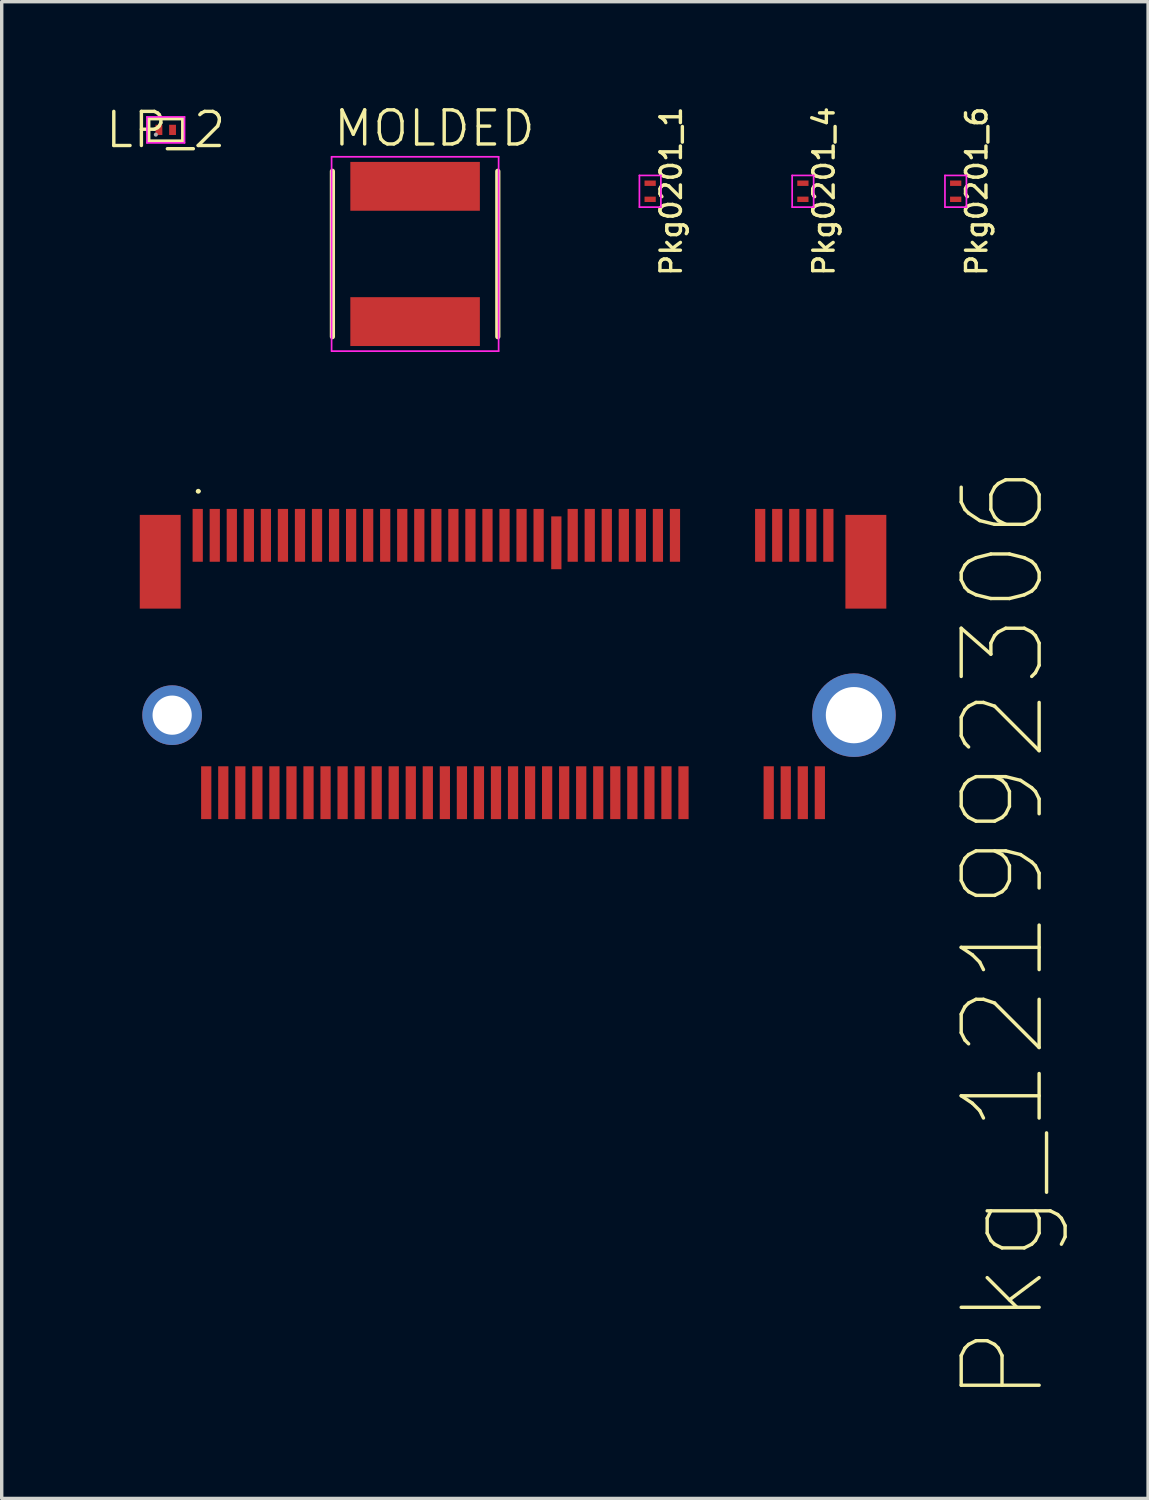
<source format=kicad_pcb>
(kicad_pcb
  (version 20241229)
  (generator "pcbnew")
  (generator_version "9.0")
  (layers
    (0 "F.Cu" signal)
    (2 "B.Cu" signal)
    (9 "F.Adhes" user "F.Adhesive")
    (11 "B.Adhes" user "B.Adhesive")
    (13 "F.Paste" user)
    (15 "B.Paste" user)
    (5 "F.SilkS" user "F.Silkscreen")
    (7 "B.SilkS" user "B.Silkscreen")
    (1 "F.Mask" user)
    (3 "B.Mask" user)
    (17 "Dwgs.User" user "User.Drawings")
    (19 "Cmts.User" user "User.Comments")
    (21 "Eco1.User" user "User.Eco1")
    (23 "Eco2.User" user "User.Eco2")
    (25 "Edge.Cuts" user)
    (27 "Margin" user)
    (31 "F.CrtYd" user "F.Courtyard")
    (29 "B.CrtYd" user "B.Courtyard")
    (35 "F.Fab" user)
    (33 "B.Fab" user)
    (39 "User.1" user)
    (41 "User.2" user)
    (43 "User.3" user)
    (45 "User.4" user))
  (footprint "LP_2"
    (layer "F.Cu")
    (at 1.812 0.76)
    (property "Reference" "LP_2" (at 0 0 0) (layer "F.SilkS") (effects (font (size 1 1) (thickness 0.1))))
    (fp_line (start -0.5 -0.33) (end -0.5 0.33) (stroke (width 0.102) (type solid)) (layer "F.SilkS"))
    (fp_line (start -0.5 -0.33) (end 0.5 -0.33) (stroke (width 0.102) (type solid)) (layer "F.SilkS"))
    (fp_line (start -0.5 0.33) (end 0.5 0.33) (stroke (width 0.102) (type solid)) (layer "F.SilkS"))
    (fp_line (start 0.5 -0.33) (end 0.5 0.33) (stroke (width 0.102) (type solid)) (layer "F.SilkS"))
    (fp_line (start -0.551 -0.381) (end -0.551 0.381) (stroke (width 0.05) (type solid)) (layer "F.CrtYd"))
    (fp_line (start -0.551 0.381) (end 0.551 0.381) (stroke (width 0.05) (type solid)) (layer "F.CrtYd"))
    (fp_line (start 0.551 -0.381) (end -0.551 -0.381) (stroke (width 0.05) (type solid)) (layer "F.CrtYd"))
    (fp_line (start 0.551 0.381) (end 0.551 -0.381) (stroke (width 0.05) (type solid)) (layer "F.CrtYd"))
    (fp_arc (start -0.26 0.14) (mid -0.32 0.14) (end -0.26 0.14) (stroke (width 0.06) (type solid)) (layer "F.Fab"))
    (pad "1" smd rect (at -0.2 0 270) (size 0.3 0.2) (layers "F.Cu" "F.Mask" "F.Paste"))
    (pad "2" smd rect (at 0.2 0 270) (size 0.3 0.2) (layers "F.Cu" "F.Mask" "F.Paste")))
  (footprint "Pkg_121992306"
    (layer "F.Cu")
    (at 12 16.429)
    (property "Reference" "Pkg_121992306" (at 13.043 -5.906 90) (layer "F.SilkS") (effects (font (size 2.286 2.286) (thickness 0.1)) (justify right top)))
    (fp_arc (start -9.27 -5.068) (mid -9.234 -5.104) (end -9.198 -5.068) (stroke (width 0.072) (type solid)) (layer "F.SilkS"))
    (fp_arc (start -9.198 -5.068) (mid -9.234 -5.032) (end -9.27 -5.068) (stroke (width 0.072) (type solid)) (layer "F.SilkS"))
    (fp_line (start -10.95 -3.875) (end 10.95 -3.875) (stroke (width 0.254) (type solid)) (layer "User.3"))
    (fp_line (start -10.95 3.875) (end -10.95 -3.875) (stroke (width 0.254) (type solid)) (layer "User.3"))
    (fp_line (start -10.95 3.875) (end 10.95 3.875) (stroke (width 0.254) (type solid)) (layer "User.3"))
    (fp_line (start 10.95 3.875) (end 10.95 -3.875) (stroke (width 0.254) (type solid)) (layer "User.3"))
    (fp_line (start -11.95 -6.104) (end 12.225 -6.104) (stroke (width 0.1) (type solid)) (layer "User.4"))
    (fp_line (start -11.95 5.55) (end -11.95 -6.104) (stroke (width 0.1) (type solid)) (layer "User.4"))
    (fp_line (start -11.95 5.55) (end 12.225 5.55) (stroke (width 0.1) (type solid)) (layer "User.4"))
    (fp_line (start 12.225 5.55) (end 12.225 -6.104) (stroke (width 0.1) (type solid)) (layer "User.4"))
    (pad "1" smd rect (at -9.25 -3.775 90) (size 1.55 0.3) (layers "F.Cu" "F.Mask" "F.Paste"))
    (pad "2" smd rect (at -9 3.775 90) (size 1.55 0.3) (layers "F.Cu" "F.Mask" "F.Paste"))
    (pad "3" smd rect (at -8.75 -3.775 90) (size 1.55 0.3) (layers "F.Cu" "F.Mask" "F.Paste"))
    (pad "4" smd rect (at -8.5 3.775 90) (size 1.55 0.3) (layers "F.Cu" "F.Mask" "F.Paste"))
    (pad "5" smd rect (at -8.25 -3.775 90) (size 1.55 0.3) (layers "F.Cu" "F.Mask" "F.Paste"))
    (pad "6" smd rect (at -8 3.775 90) (size 1.55 0.3) (layers "F.Cu" "F.Mask" "F.Paste"))
    (pad "7" smd rect (at -7.75 -3.775 90) (size 1.55 0.3) (layers "F.Cu" "F.Mask" "F.Paste"))
    (pad "8" smd rect (at -7.5 3.775 90) (size 1.55 0.3) (layers "F.Cu" "F.Mask" "F.Paste"))
    (pad "9" smd rect (at -7.25 -3.775 90) (size 1.55 0.3) (layers "F.Cu" "F.Mask" "F.Paste"))
    (pad "10" smd rect (at -7 3.775 90) (size 1.55 0.3) (layers "F.Cu" "F.Mask" "F.Paste"))
    (pad "11" smd rect (at -6.75 -3.775 90) (size 1.55 0.3) (layers "F.Cu" "F.Mask" "F.Paste"))
    (pad "12" smd rect (at -6.5 3.775 90) (size 1.55 0.3) (layers "F.Cu" "F.Mask" "F.Paste"))
    (pad "13" smd rect (at -6.25 -3.775 90) (size 1.55 0.3) (layers "F.Cu" "F.Mask" "F.Paste"))
    (pad "14" smd rect (at -6 3.775 90) (size 1.55 0.3) (layers "F.Cu" "F.Mask" "F.Paste"))
    (pad "15" smd rect (at -5.75 -3.775 90) (size 1.55 0.3) (layers "F.Cu" "F.Mask" "F.Paste"))
    (pad "16" smd rect (at -5.5 3.775 90) (size 1.55 0.3) (layers "F.Cu" "F.Mask" "F.Paste"))
    (pad "17" smd rect (at -5.25 -3.775 90) (size 1.55 0.3) (layers "F.Cu" "F.Mask" "F.Paste"))
    (pad "18" smd rect (at -5 3.775 90) (size 1.55 0.3) (layers "F.Cu" "F.Mask" "F.Paste"))
    (pad "19" smd rect (at -4.75 -3.775 90) (size 1.55 0.3) (layers "F.Cu" "F.Mask" "F.Paste"))
    (pad "20" smd rect (at -4.5 3.775 90) (size 1.55 0.3) (layers "F.Cu" "F.Mask" "F.Paste"))
    (pad "21" smd rect (at -4.25 -3.775 90) (size 1.55 0.3) (layers "F.Cu" "F.Mask" "F.Paste"))
    (pad "22" smd rect (at -4 3.775 90) (size 1.55 0.3) (layers "F.Cu" "F.Mask" "F.Paste"))
    (pad "23" smd rect (at -3.75 -3.775 90) (size 1.55 0.3) (layers "F.Cu" "F.Mask" "F.Paste"))
    (pad "24" smd rect (at -3.5 3.775 90) (size 1.55 0.3) (layers "F.Cu" "F.Mask" "F.Paste"))
    (pad "25" smd rect (at -3.25 -3.775 90) (size 1.55 0.3) (layers "F.Cu" "F.Mask" "F.Paste"))
    (pad "26" smd rect (at -3 3.775 90) (size 1.55 0.3) (layers "F.Cu" "F.Mask" "F.Paste"))
    (pad "27" smd rect (at -2.75 -3.775 90) (size 1.55 0.3) (layers "F.Cu" "F.Mask" "F.Paste"))
    (pad "28" smd rect (at -2.5 3.775 90) (size 1.55 0.3) (layers "F.Cu" "F.Mask" "F.Paste"))
    (pad "29" smd rect (at -2.25 -3.775 90) (size 1.55 0.3) (layers "F.Cu" "F.Mask" "F.Paste"))
    (pad "30" smd rect (at -2 3.775 90) (size 1.55 0.3) (layers "F.Cu" "F.Mask" "F.Paste"))
    (pad "31" smd rect (at -1.75 -3.775 90) (size 1.55 0.3) (layers "F.Cu" "F.Mask" "F.Paste"))
    (pad "32" smd rect (at -1.5 3.775 90) (size 1.55 0.3) (layers "F.Cu" "F.Mask" "F.Paste"))
    (pad "33" smd rect (at -1.25 -3.775 90) (size 1.55 0.3) (layers "F.Cu" "F.Mask" "F.Paste"))
    (pad "34" smd rect (at -1 3.775 90) (size 1.55 0.3) (layers "F.Cu" "F.Mask" "F.Paste"))
    (pad "35" smd rect (at -0.75 -3.775 90) (size 1.55 0.3) (layers "F.Cu" "F.Mask" "F.Paste"))
    (pad "36" smd rect (at -0.5 3.775 90) (size 1.55 0.3) (layers "F.Cu" "F.Mask" "F.Paste"))
    (pad "37" smd rect (at -0.25 -3.775 90) (size 1.55 0.3) (layers "F.Cu" "F.Mask" "F.Paste"))
    (pad "38" smd rect (at 0 3.775 90) (size 1.55 0.3) (layers "F.Cu" "F.Mask" "F.Paste"))
    (pad "39" smd rect (at 0.25 -3.775 90) (size 1.55 0.3) (layers "F.Cu" "F.Mask" "F.Paste"))
    (pad "40" smd rect (at 0.5 3.775 90) (size 1.55 0.3) (layers "F.Cu" "F.Mask" "F.Paste"))
    (pad "41" smd rect (at 0.75 -3.775 90) (size 1.55 0.3) (layers "F.Cu" "F.Mask" "F.Paste"))
    (pad "42" smd rect (at 1 3.775 90) (size 1.55 0.3) (layers "F.Cu" "F.Mask" "F.Paste"))
    (pad "43" smd rect (at 1.27 -3.556 90) (size 1.55 0.3) (layers "F.Cu" "F.Mask" "F.Paste"))
    (pad "44" smd rect (at 1.5 3.775 90) (size 1.55 0.3) (layers "F.Cu" "F.Mask" "F.Paste"))
    (pad "45" smd rect (at 1.75 -3.775 90) (size 1.55 0.3) (layers "F.Cu" "F.Mask" "F.Paste"))
    (pad "46" smd rect (at 2 3.775 90) (size 1.55 0.3) (layers "F.Cu" "F.Mask" "F.Paste"))
    (pad "47" smd rect (at 2.25 -3.775 90) (size 1.55 0.3) (layers "F.Cu" "F.Mask" "F.Paste"))
    (pad "48" smd rect (at 2.5 3.775 90) (size 1.55 0.3) (layers "F.Cu" "F.Mask" "F.Paste"))
    (pad "49" smd rect (at 2.75 -3.775 90) (size 1.55 0.3) (layers "F.Cu" "F.Mask" "F.Paste"))
    (pad "50" smd rect (at 3 3.775 90) (size 1.55 0.3) (layers "F.Cu" "F.Mask" "F.Paste"))
    (pad "51" smd rect (at 3.25 -3.775 90) (size 1.55 0.3) (layers "F.Cu" "F.Mask" "F.Paste"))
    (pad "52" smd rect (at 3.5 3.775 90) (size 1.55 0.3) (layers "F.Cu" "F.Mask" "F.Paste"))
    (pad "53" smd rect (at 3.75 -3.775 90) (size 1.55 0.3) (layers "F.Cu" "F.Mask" "F.Paste"))
    (pad "54" smd rect (at 4 3.775 90) (size 1.55 0.3) (layers "F.Cu" "F.Mask" "F.Paste"))
    (pad "55" smd rect (at 4.25 -3.775 90) (size 1.55 0.3) (layers "F.Cu" "F.Mask" "F.Paste"))
    (pad "56" smd rect (at 4.5 3.775 90) (size 1.55 0.3) (layers "F.Cu" "F.Mask" "F.Paste"))
    (pad "57" smd rect (at 4.75 -3.775 90) (size 1.55 0.3) (layers "F.Cu" "F.Mask" "F.Paste"))
    (pad "58" smd rect (at 5 3.775 90) (size 1.55 0.3) (layers "F.Cu" "F.Mask" "F.Paste"))
    (pad "67" smd rect (at 7.25 -3.775 90) (size 1.55 0.3) (layers "F.Cu" "F.Mask" "F.Paste"))
    (pad "68" smd rect (at 7.5 3.775 90) (size 1.55 0.3) (layers "F.Cu" "F.Mask" "F.Paste"))
    (pad "69" smd rect (at 7.75 -3.775 90) (size 1.55 0.3) (layers "F.Cu" "F.Mask" "F.Paste"))
    (pad "70" smd rect (at 8 3.775 90) (size 1.55 0.3) (layers "F.Cu" "F.Mask" "F.Paste"))
    (pad "71" smd rect (at 8.25 -3.775 90) (size 1.55 0.3) (layers "F.Cu" "F.Mask" "F.Paste"))
    (pad "72" smd rect (at 8.5 3.775 90) (size 1.55 0.3) (layers "F.Cu" "F.Mask" "F.Paste"))
    (pad "73" smd rect (at 8.75 -3.775 90) (size 1.55 0.3) (layers "F.Cu" "F.Mask" "F.Paste"))
    (pad "74" smd rect (at 9 3.775 90) (size 1.55 0.3) (layers "F.Cu" "F.Mask" "F.Paste"))
    (pad "75" smd rect (at 9.25 -3.775 90) (size 1.55 0.3) (layers "F.Cu" "F.Mask" "F.Paste"))
    (pad "MH1" thru_hole oval (at -10 1.5) (size 1.75 1.75) (drill 1.15) (layers "*.Cu" "*.Mask"))
    (pad "MH2" thru_hole oval (at 10 1.5) (size 2.45 2.45) (drill 1.65) (layers "*.Cu" "*.Mask"))
    (pad "MP1" smd rect (at -10.35 -3 90) (size 2.75 1.2) (layers "F.Cu" "F.Mask" "F.Paste"))
    (pad "MP2" smd rect (at 10.35 -3 90) (size 2.75 1.2) (layers "F.Cu" "F.Mask" "F.Paste")))
  (footprint "Pkg0201_4"
    (layer "F.Cu")
    (at 20.503 2.561)
    (property "Reference" "Pkg0201_4" (at 0.615 0 90) (layer "F.SilkS") (effects (font (size 0.6 0.6) (thickness 0.1))))
    (fp_line (start -0.315 -0.465) (end -0.315 0.465) (stroke (width 0.05) (type solid)) (layer "F.CrtYd"))
    (fp_line (start -0.315 0.465) (end 0.315 0.465) (stroke (width 0.05) (type solid)) (layer "F.CrtYd"))
    (fp_line (start 0.315 -0.465) (end -0.315 -0.465) (stroke (width 0.05) (type solid)) (layer "F.CrtYd"))
    (fp_line (start 0.315 0.465) (end 0.315 -0.465) (stroke (width 0.05) (type solid)) (layer "F.CrtYd"))
    (pad "1" smd rect (at 0 -0.236) (size 0.33 0.158) (layers "F.Cu" "F.Mask" "F.Paste"))
    (pad "2" smd rect (at 0 0.236) (size 0.33 0.158) (layers "F.Cu" "F.Mask" "F.Paste")))
  (footprint "MOLDED"
    (layer "F.Cu")
    (at 9.127 4.4)
    (property "Reference" "MOLDED" (at -2.45 -3.1 0) (layer "F.SilkS") (effects (font (size 1 1) (thickness 0.1)) (justify left bottom)))
    (fp_line (start -2.426 -2.426) (end -2.426 2.426) (stroke (width 0.153) (type solid)) (layer "F.SilkS"))
    (fp_line (start 2.426 -2.426) (end 2.426 2.426) (stroke (width 0.153) (type solid)) (layer "F.SilkS"))
    (fp_line (start -2.45 -2.85) (end -2.45 2.85) (stroke (width 0.05) (type solid)) (layer "F.CrtYd"))
    (fp_line (start -2.45 2.85) (end 2.45 2.85) (stroke (width 0.05) (type solid)) (layer "F.CrtYd"))
    (fp_line (start 2.45 -2.85) (end -2.45 -2.85) (stroke (width 0.05) (type solid)) (layer "F.CrtYd"))
    (fp_line (start 2.45 2.85) (end 2.45 -2.85) (stroke (width 0.05) (type solid)) (layer "F.CrtYd"))
    (fp_line (start -0.5 0) (end 0.5 0) (stroke (width 0.1) (type solid)) (layer "User.2"))
    (fp_line (start 0 0.5) (end 0 -0.5) (stroke (width 0.1) (type solid)) (layer "User.2"))
    (pad "1" smd rect (at 0 -1.984) (size 3.8 1.433) (layers "F.Cu" "F.Mask" "F.Paste"))
    (pad "2" smd rect (at 0 1.984) (size 3.8 1.433) (layers "F.Cu" "F.Mask" "F.Paste")))
  (footprint "Pkg0201_1"
    (layer "F.Cu")
    (at 16.022 2.561)
    (property "Reference" "Pkg0201_1" (at 0.615 0 90) (layer "F.SilkS") (effects (font (size 0.6 0.6) (thickness 0.1))))
    (fp_line (start -0.315 -0.465) (end -0.315 0.465) (stroke (width 0.05) (type solid)) (layer "F.CrtYd"))
    (fp_line (start -0.315 0.465) (end 0.315 0.465) (stroke (width 0.05) (type solid)) (layer "F.CrtYd"))
    (fp_line (start 0.315 -0.465) (end -0.315 -0.465) (stroke (width 0.05) (type solid)) (layer "F.CrtYd"))
    (fp_line (start 0.315 0.465) (end 0.315 -0.465) (stroke (width 0.05) (type solid)) (layer "F.CrtYd"))
    (pad "1" smd rect (at 0 -0.236) (size 0.33 0.158) (layers "F.Cu" "F.Mask" "F.Paste"))
    (pad "2" smd rect (at 0 0.236) (size 0.33 0.158) (layers "F.Cu" "F.Mask" "F.Paste")))
  (footprint "Pkg0201_6"
    (layer "F.Cu")
    (at 24.985 2.561)
    (property "Reference" "Pkg0201_6" (at 0.615 0 90) (layer "F.SilkS") (effects (font (size 0.6 0.6) (thickness 0.1))))
    (fp_line (start -0.315 -0.465) (end -0.315 0.465) (stroke (width 0.05) (type solid)) (layer "F.CrtYd"))
    (fp_line (start -0.315 0.465) (end 0.315 0.465) (stroke (width 0.05) (type solid)) (layer "F.CrtYd"))
    (fp_line (start 0.315 -0.465) (end -0.315 -0.465) (stroke (width 0.05) (type solid)) (layer "F.CrtYd"))
    (fp_line (start 0.315 0.465) (end 0.315 -0.465) (stroke (width 0.05) (type solid)) (layer "F.CrtYd"))
    (pad "1" smd rect (at 0 -0.236) (size 0.33 0.158) (layers "F.Cu" "F.Mask" "F.Paste"))
    (pad "2" smd rect (at 0 0.236) (size 0.33 0.158) (layers "F.Cu" "F.Mask" "F.Paste")))
  (gr_rect
    (start -3 -3)
    (end 30.629 40.907)
    (stroke (width 0.1) (type default))
    (fill no)
    (layer "Edge.Cuts")))
</source>
